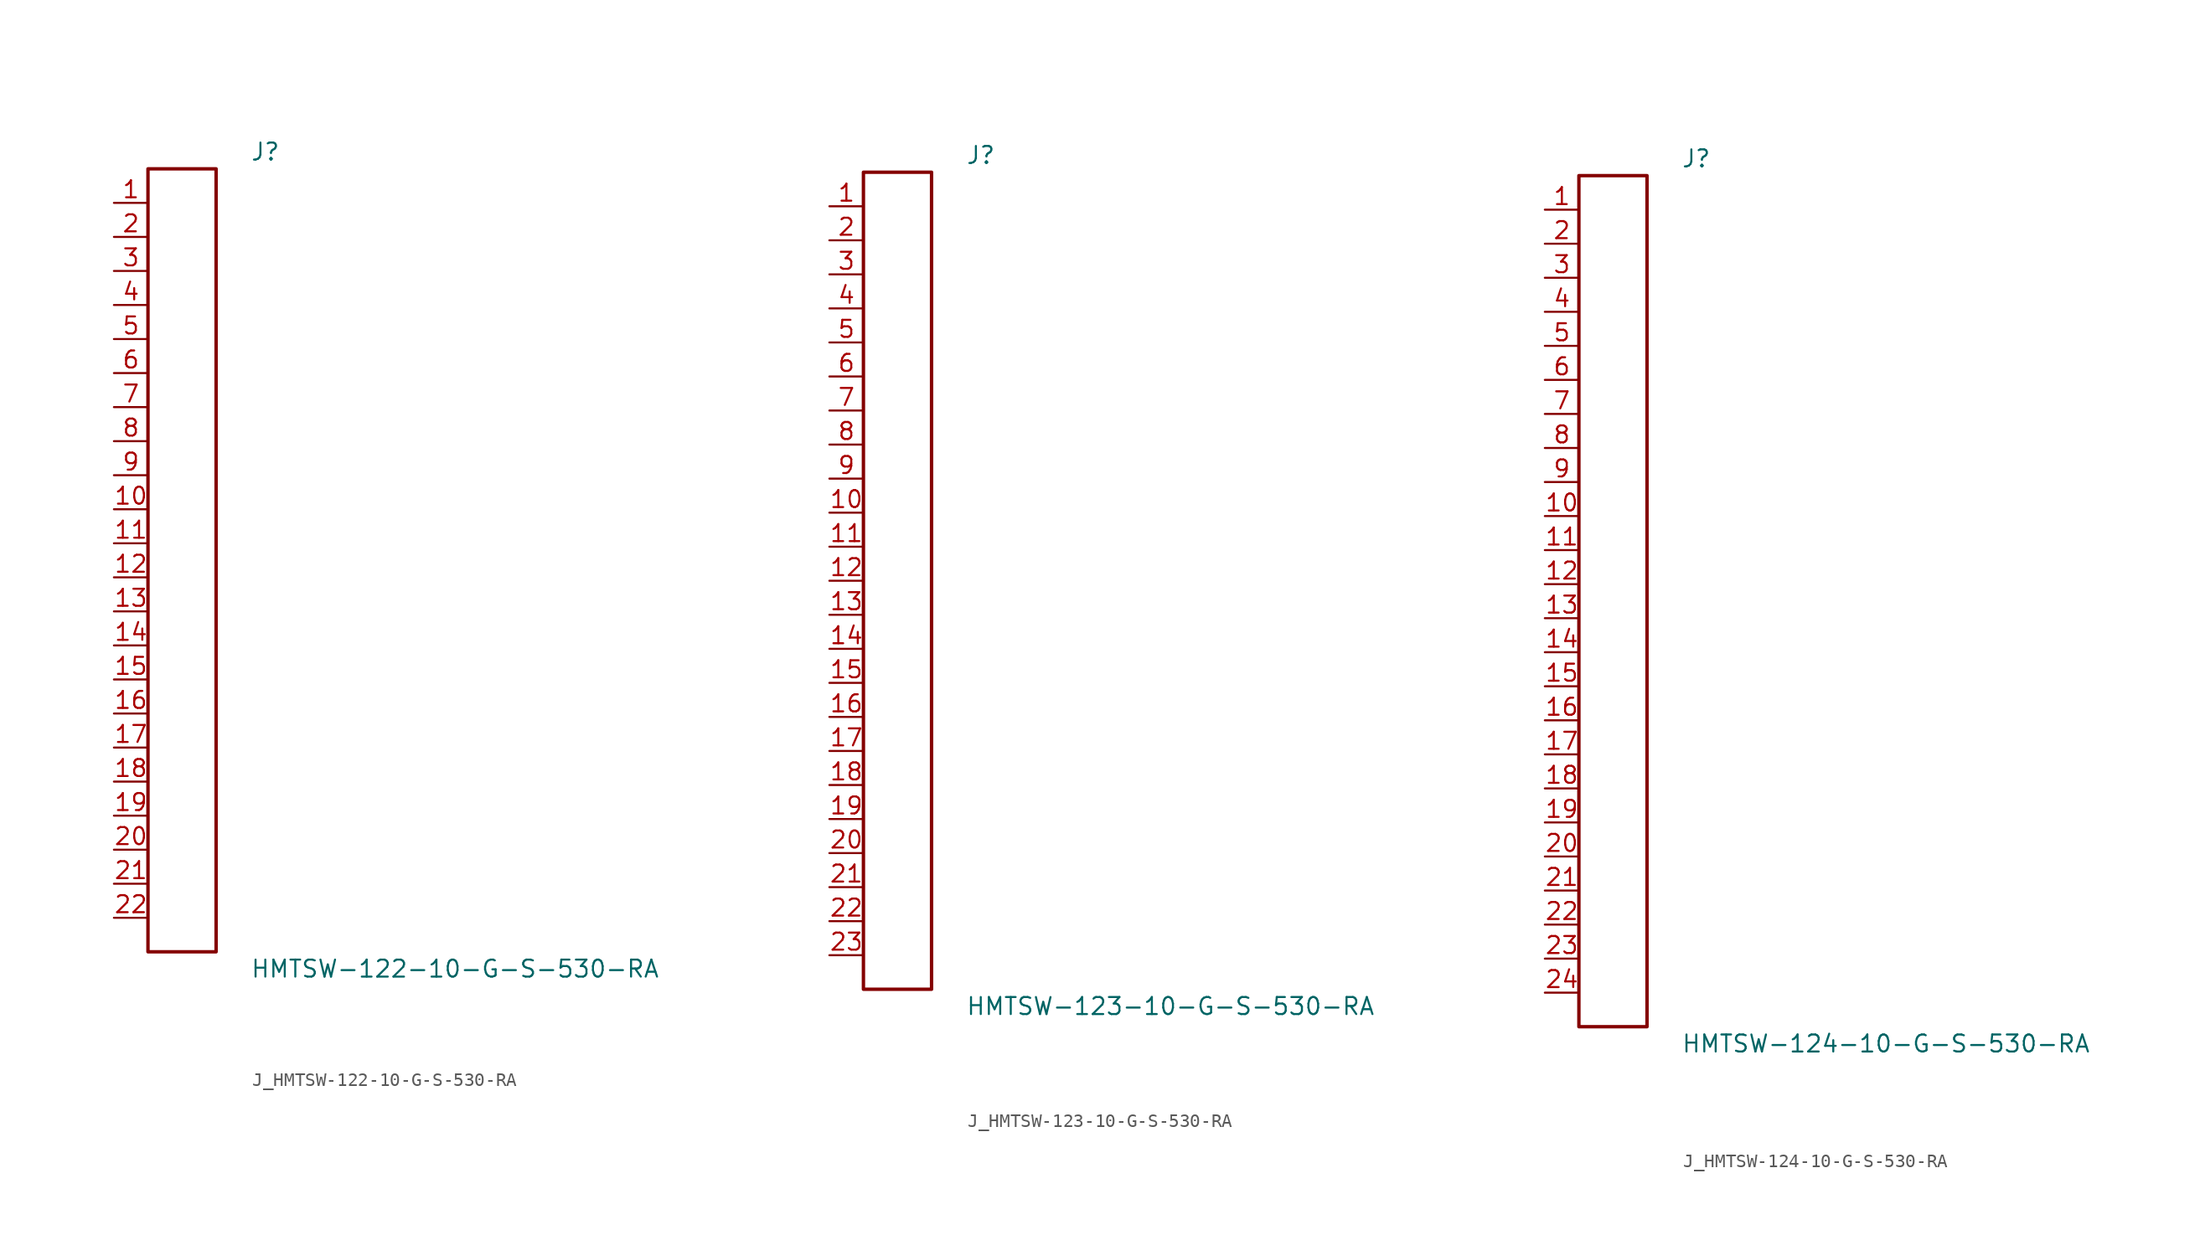
<source format=kicad_sym>
(kicad_symbol_lib
  (version 20231120)
  (generator kicad_symbol_editor)
  (generator_version 8.0)
  (symbol "J_HMTSW-122-10-G-S-530-RA"
    (pin_names
      (offset 0.254))
    (property "Reference" "J"
      (at 5.08 30.48 0)
      (effects (font (size 1.27 1.27)) (justify left)))
    (property "Value" "HMTSW-122-10-G-S-530-RA"
      (at 5.08 -30.48 0)
      (effects (font (size 1.27 1.27)) (justify left)))
    (symbol "J_HMTSW-122-10-G-S-530-RA_0_0"
      (pin unspecified line (at -5.08 26.67 0) (length 2.54) (name "" (effects (font (size 1.27 1.27)))) (number "1" (effects (font (size 1.27 1.27)))))
      (pin unspecified line (at -5.08 24.13 0) (length 2.54) (name "" (effects (font (size 1.27 1.27)))) (number "2" (effects (font (size 1.27 1.27)))))
      (pin unspecified line (at -5.08 21.59 0) (length 2.54) (name "" (effects (font (size 1.27 1.27)))) (number "3" (effects (font (size 1.27 1.27)))))
      (pin unspecified line (at -5.08 19.05 0) (length 2.54) (name "" (effects (font (size 1.27 1.27)))) (number "4" (effects (font (size 1.27 1.27)))))
      (pin unspecified line (at -5.08 16.51 0) (length 2.54) (name "" (effects (font (size 1.27 1.27)))) (number "5" (effects (font (size 1.27 1.27)))))
      (pin unspecified line (at -5.08 13.97 0) (length 2.54) (name "" (effects (font (size 1.27 1.27)))) (number "6" (effects (font (size 1.27 1.27)))))
      (pin unspecified line (at -5.08 11.43 0) (length 2.54) (name "" (effects (font (size 1.27 1.27)))) (number "7" (effects (font (size 1.27 1.27)))))
      (pin unspecified line (at -5.08 8.89 0) (length 2.54) (name "" (effects (font (size 1.27 1.27)))) (number "8" (effects (font (size 1.27 1.27)))))
      (pin unspecified line (at -5.08 6.35 0) (length 2.54) (name "" (effects (font (size 1.27 1.27)))) (number "9" (effects (font (size 1.27 1.27)))))
      (pin unspecified line (at -5.08 3.81 0) (length 2.54) (name "" (effects (font (size 1.27 1.27)))) (number "10" (effects (font (size 1.27 1.27)))))
      (pin unspecified line (at -5.08 1.27 0) (length 2.54) (name "" (effects (font (size 1.27 1.27)))) (number "11" (effects (font (size 1.27 1.27)))))
      (pin unspecified line (at -5.08 -1.27 0) (length 2.54) (name "" (effects (font (size 1.27 1.27)))) (number "12" (effects (font (size 1.27 1.27)))))
      (pin unspecified line (at -5.08 -3.81 0) (length 2.54) (name "" (effects (font (size 1.27 1.27)))) (number "13" (effects (font (size 1.27 1.27)))))
      (pin unspecified line (at -5.08 -6.35 0) (length 2.54) (name "" (effects (font (size 1.27 1.27)))) (number "14" (effects (font (size 1.27 1.27)))))
      (pin unspecified line (at -5.08 -8.89 0) (length 2.54) (name "" (effects (font (size 1.27 1.27)))) (number "15" (effects (font (size 1.27 1.27)))))
      (pin unspecified line (at -5.08 -11.43 0) (length 2.54) (name "" (effects (font (size 1.27 1.27)))) (number "16" (effects (font (size 1.27 1.27)))))
      (pin unspecified line (at -5.08 -13.97 0) (length 2.54) (name "" (effects (font (size 1.27 1.27)))) (number "17" (effects (font (size 1.27 1.27)))))
      (pin unspecified line (at -5.08 -16.51 0) (length 2.54) (name "" (effects (font (size 1.27 1.27)))) (number "18" (effects (font (size 1.27 1.27)))))
      (pin unspecified line (at -5.08 -19.05 0) (length 2.54) (name "" (effects (font (size 1.27 1.27)))) (number "19" (effects (font (size 1.27 1.27)))))
      (pin unspecified line (at -5.08 -21.59 0) (length 2.54) (name "" (effects (font (size 1.27 1.27)))) (number "20" (effects (font (size 1.27 1.27)))))
      (pin unspecified line (at -5.08 -24.13 0) (length 2.54) (name "" (effects (font (size 1.27 1.27)))) (number "21" (effects (font (size 1.27 1.27)))))
      (pin unspecified line (at -5.08 -26.67 0) (length 2.54) (name "" (effects (font (size 1.27 1.27)))) (number "22" (effects (font (size 1.27 1.27))))))
    (symbol "J_HMTSW-122-10-G-S-530-RA_1_0"
      (rectangle (start -2.54 29.21) (end 2.54 -29.21) (stroke (width 0.254) (type solid)) (fill (type none)))))
  (symbol "J_HMTSW-123-10-G-S-530-RA"
    (pin_names
      (offset 0.254))
    (property "Reference" "J"
      (at 5.08 31.75 0)
      (effects (font (size 1.27 1.27)) (justify left)))
    (property "Value" "HMTSW-123-10-G-S-530-RA"
      (at 5.08 -31.75 0)
      (effects (font (size 1.27 1.27)) (justify left)))
    (symbol "J_HMTSW-123-10-G-S-530-RA_0_0"
      (pin unspecified line (at -5.08 27.94 0) (length 2.54) (name "" (effects (font (size 1.27 1.27)))) (number "1" (effects (font (size 1.27 1.27)))))
      (pin unspecified line (at -5.08 25.4 0) (length 2.54) (name "" (effects (font (size 1.27 1.27)))) (number "2" (effects (font (size 1.27 1.27)))))
      (pin unspecified line (at -5.08 22.86 0) (length 2.54) (name "" (effects (font (size 1.27 1.27)))) (number "3" (effects (font (size 1.27 1.27)))))
      (pin unspecified line (at -5.08 20.32 0) (length 2.54) (name "" (effects (font (size 1.27 1.27)))) (number "4" (effects (font (size 1.27 1.27)))))
      (pin unspecified line (at -5.08 17.78 0) (length 2.54) (name "" (effects (font (size 1.27 1.27)))) (number "5" (effects (font (size 1.27 1.27)))))
      (pin unspecified line (at -5.08 15.24 0) (length 2.54) (name "" (effects (font (size 1.27 1.27)))) (number "6" (effects (font (size 1.27 1.27)))))
      (pin unspecified line (at -5.08 12.7 0) (length 2.54) (name "" (effects (font (size 1.27 1.27)))) (number "7" (effects (font (size 1.27 1.27)))))
      (pin unspecified line (at -5.08 10.16 0) (length 2.54) (name "" (effects (font (size 1.27 1.27)))) (number "8" (effects (font (size 1.27 1.27)))))
      (pin unspecified line (at -5.08 7.62 0) (length 2.54) (name "" (effects (font (size 1.27 1.27)))) (number "9" (effects (font (size 1.27 1.27)))))
      (pin unspecified line (at -5.08 5.08 0) (length 2.54) (name "" (effects (font (size 1.27 1.27)))) (number "10" (effects (font (size 1.27 1.27)))))
      (pin unspecified line (at -5.08 2.54 0) (length 2.54) (name "" (effects (font (size 1.27 1.27)))) (number "11" (effects (font (size 1.27 1.27)))))
      (pin unspecified line (at -5.08 0.0 0) (length 2.54) (name "" (effects (font (size 1.27 1.27)))) (number "12" (effects (font (size 1.27 1.27)))))
      (pin unspecified line (at -5.08 -2.54 0) (length 2.54) (name "" (effects (font (size 1.27 1.27)))) (number "13" (effects (font (size 1.27 1.27)))))
      (pin unspecified line (at -5.08 -5.08 0) (length 2.54) (name "" (effects (font (size 1.27 1.27)))) (number "14" (effects (font (size 1.27 1.27)))))
      (pin unspecified line (at -5.08 -7.62 0) (length 2.54) (name "" (effects (font (size 1.27 1.27)))) (number "15" (effects (font (size 1.27 1.27)))))
      (pin unspecified line (at -5.08 -10.16 0) (length 2.54) (name "" (effects (font (size 1.27 1.27)))) (number "16" (effects (font (size 1.27 1.27)))))
      (pin unspecified line (at -5.08 -12.7 0) (length 2.54) (name "" (effects (font (size 1.27 1.27)))) (number "17" (effects (font (size 1.27 1.27)))))
      (pin unspecified line (at -5.08 -15.24 0) (length 2.54) (name "" (effects (font (size 1.27 1.27)))) (number "18" (effects (font (size 1.27 1.27)))))
      (pin unspecified line (at -5.08 -17.78 0) (length 2.54) (name "" (effects (font (size 1.27 1.27)))) (number "19" (effects (font (size 1.27 1.27)))))
      (pin unspecified line (at -5.08 -20.32 0) (length 2.54) (name "" (effects (font (size 1.27 1.27)))) (number "20" (effects (font (size 1.27 1.27)))))
      (pin unspecified line (at -5.08 -22.86 0) (length 2.54) (name "" (effects (font (size 1.27 1.27)))) (number "21" (effects (font (size 1.27 1.27)))))
      (pin unspecified line (at -5.08 -25.4 0) (length 2.54) (name "" (effects (font (size 1.27 1.27)))) (number "22" (effects (font (size 1.27 1.27)))))
      (pin unspecified line (at -5.08 -27.94 0) (length 2.54) (name "" (effects (font (size 1.27 1.27)))) (number "23" (effects (font (size 1.27 1.27))))))
    (symbol "J_HMTSW-123-10-G-S-530-RA_1_0"
      (rectangle (start -2.54 30.48) (end 2.54 -30.48) (stroke (width 0.254) (type solid)) (fill (type none)))))
  (symbol "J_HMTSW-124-10-G-S-530-RA"
    (pin_names
      (offset 0.254))
    (property "Reference" "J"
      (at 5.08 33.02 0)
      (effects (font (size 1.27 1.27)) (justify left)))
    (property "Value" "HMTSW-124-10-G-S-530-RA"
      (at 5.08 -33.02 0)
      (effects (font (size 1.27 1.27)) (justify left)))
    (symbol "J_HMTSW-124-10-G-S-530-RA_0_0"
      (pin unspecified line (at -5.08 29.21 0) (length 2.54) (name "" (effects (font (size 1.27 1.27)))) (number "1" (effects (font (size 1.27 1.27)))))
      (pin unspecified line (at -5.08 26.67 0) (length 2.54) (name "" (effects (font (size 1.27 1.27)))) (number "2" (effects (font (size 1.27 1.27)))))
      (pin unspecified line (at -5.08 24.13 0) (length 2.54) (name "" (effects (font (size 1.27 1.27)))) (number "3" (effects (font (size 1.27 1.27)))))
      (pin unspecified line (at -5.08 21.59 0) (length 2.54) (name "" (effects (font (size 1.27 1.27)))) (number "4" (effects (font (size 1.27 1.27)))))
      (pin unspecified line (at -5.08 19.05 0) (length 2.54) (name "" (effects (font (size 1.27 1.27)))) (number "5" (effects (font (size 1.27 1.27)))))
      (pin unspecified line (at -5.08 16.51 0) (length 2.54) (name "" (effects (font (size 1.27 1.27)))) (number "6" (effects (font (size 1.27 1.27)))))
      (pin unspecified line (at -5.08 13.97 0) (length 2.54) (name "" (effects (font (size 1.27 1.27)))) (number "7" (effects (font (size 1.27 1.27)))))
      (pin unspecified line (at -5.08 11.43 0) (length 2.54) (name "" (effects (font (size 1.27 1.27)))) (number "8" (effects (font (size 1.27 1.27)))))
      (pin unspecified line (at -5.08 8.89 0) (length 2.54) (name "" (effects (font (size 1.27 1.27)))) (number "9" (effects (font (size 1.27 1.27)))))
      (pin unspecified line (at -5.08 6.35 0) (length 2.54) (name "" (effects (font (size 1.27 1.27)))) (number "10" (effects (font (size 1.27 1.27)))))
      (pin unspecified line (at -5.08 3.81 0) (length 2.54) (name "" (effects (font (size 1.27 1.27)))) (number "11" (effects (font (size 1.27 1.27)))))
      (pin unspecified line (at -5.08 1.27 0) (length 2.54) (name "" (effects (font (size 1.27 1.27)))) (number "12" (effects (font (size 1.27 1.27)))))
      (pin unspecified line (at -5.08 -1.27 0) (length 2.54) (name "" (effects (font (size 1.27 1.27)))) (number "13" (effects (font (size 1.27 1.27)))))
      (pin unspecified line (at -5.08 -3.81 0) (length 2.54) (name "" (effects (font (size 1.27 1.27)))) (number "14" (effects (font (size 1.27 1.27)))))
      (pin unspecified line (at -5.08 -6.35 0) (length 2.54) (name "" (effects (font (size 1.27 1.27)))) (number "15" (effects (font (size 1.27 1.27)))))
      (pin unspecified line (at -5.08 -8.89 0) (length 2.54) (name "" (effects (font (size 1.27 1.27)))) (number "16" (effects (font (size 1.27 1.27)))))
      (pin unspecified line (at -5.08 -11.43 0) (length 2.54) (name "" (effects (font (size 1.27 1.27)))) (number "17" (effects (font (size 1.27 1.27)))))
      (pin unspecified line (at -5.08 -13.97 0) (length 2.54) (name "" (effects (font (size 1.27 1.27)))) (number "18" (effects (font (size 1.27 1.27)))))
      (pin unspecified line (at -5.08 -16.51 0) (length 2.54) (name "" (effects (font (size 1.27 1.27)))) (number "19" (effects (font (size 1.27 1.27)))))
      (pin unspecified line (at -5.08 -19.05 0) (length 2.54) (name "" (effects (font (size 1.27 1.27)))) (number "20" (effects (font (size 1.27 1.27)))))
      (pin unspecified line (at -5.08 -21.59 0) (length 2.54) (name "" (effects (font (size 1.27 1.27)))) (number "21" (effects (font (size 1.27 1.27)))))
      (pin unspecified line (at -5.08 -24.13 0) (length 2.54) (name "" (effects (font (size 1.27 1.27)))) (number "22" (effects (font (size 1.27 1.27)))))
      (pin unspecified line (at -5.08 -26.67 0) (length 2.54) (name "" (effects (font (size 1.27 1.27)))) (number "23" (effects (font (size 1.27 1.27)))))
      (pin unspecified line (at -5.08 -29.21 0) (length 2.54) (name "" (effects (font (size 1.27 1.27)))) (number "24" (effects (font (size 1.27 1.27))))))
    (symbol "J_HMTSW-124-10-G-S-530-RA_1_0"
      (rectangle (start -2.54 31.75) (end 2.54 -31.75) (stroke (width 0.254) (type solid)) (fill (type none))))))
</source>
